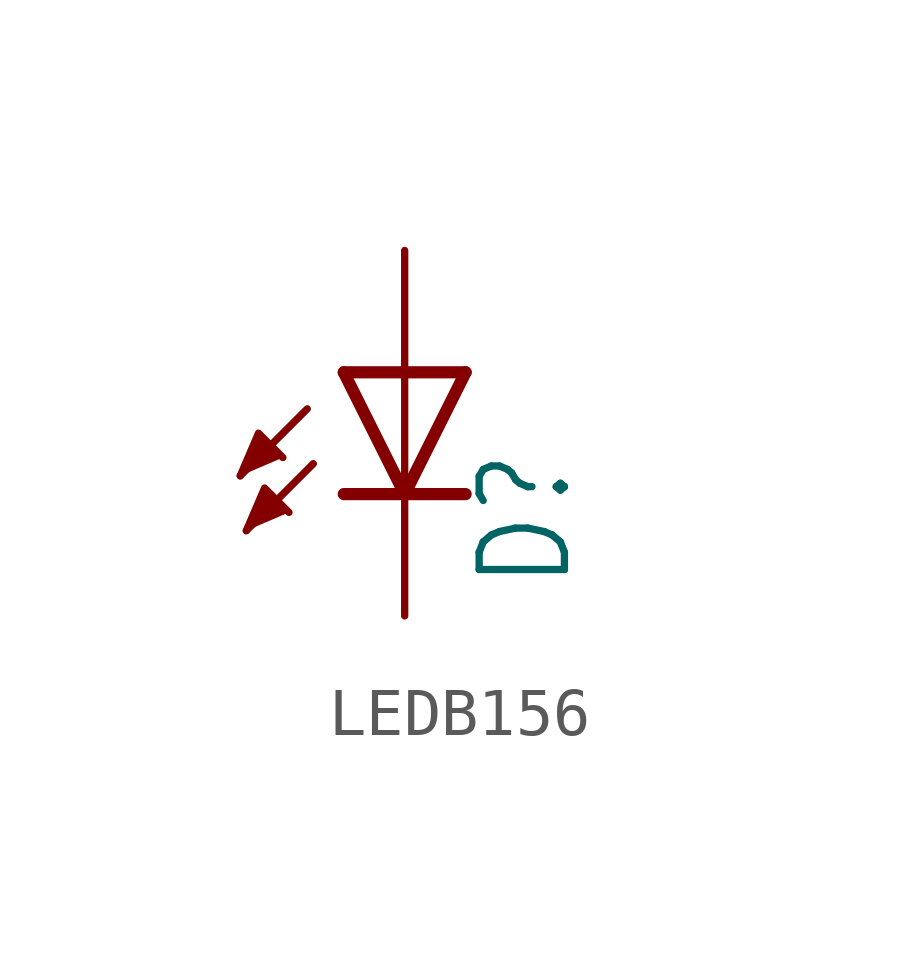
<source format=kicad_sym>
(kicad_symbol_lib
  (version 20220914)
  (generator kicad_symbol_editor)
  (symbol "LEDB156"
    (property "Reference" "D"
      (at 3.556 -4.572 90)
      (effects (font (size 1.778 1.511)) (justify left bottom)))
    (property "Value" ""
      (at 5.715 -4.572 90)
      (effects (font (size 1.778 1.511)) (justify left bottom)))
    (property "ki_locked" ""
      (at 0 0 0)
      (effects (font (size 1.27 1.27))))
    (symbol "LEDB156_1_0"
      (polyline (pts (xy -2.032 -0.762) (xy -3.429 -2.159)) (stroke (width 0.152) (type solid)) (fill (type none)))
      (polyline (pts (xy -1.905 -1.905) (xy -3.302 -3.302)) (stroke (width 0.152) (type solid)) (fill (type none)))
      (polyline (pts (xy 0 -2.54) (xy -1.27 -2.54)) (stroke (width 0.254) (type solid)) (fill (type none)))
      (polyline (pts (xy 0 -2.54) (xy -1.27 0)) (stroke (width 0.254) (type solid)) (fill (type none)))
      (polyline (pts (xy 0 0) (xy -1.27 0)) (stroke (width 0.254) (type solid)) (fill (type none)))
      (polyline (pts (xy 0 0) (xy 0 -2.54)) (stroke (width 0.152) (type solid)) (fill (type none)))
      (polyline (pts (xy 1.27 -2.54) (xy 0 -2.54)) (stroke (width 0.254) (type solid)) (fill (type none)))
      (polyline (pts (xy 1.27 0) (xy 0 -2.54)) (stroke (width 0.254) (type solid)) (fill (type none)))
      (polyline (pts (xy 1.27 0) (xy 0 0)) (stroke (width 0.254) (type solid)) (fill (type none)))
      (polyline (pts (xy -3.429 -2.159) (xy -3.048 -1.27) (xy -2.54 -1.778)) (stroke (width 0.152) (type solid)) (fill (type outline)))
      (polyline (pts (xy -3.302 -3.302) (xy -2.921 -2.413) (xy -2.413 -2.921)) (stroke (width 0.152) (type solid)) (fill (type outline)))
      (pin passive line (at 0 2.54 270) (length 2.54) (name "A" (effects (font (size 0 0)))) (number "A" (effects (font (size 0 0)))))
      (pin passive line (at 0 -5.08 90) (length 2.54) (name "C" (effects (font (size 0 0)))) (number "K" (effects (font (size 0 0))))))))
</source>
